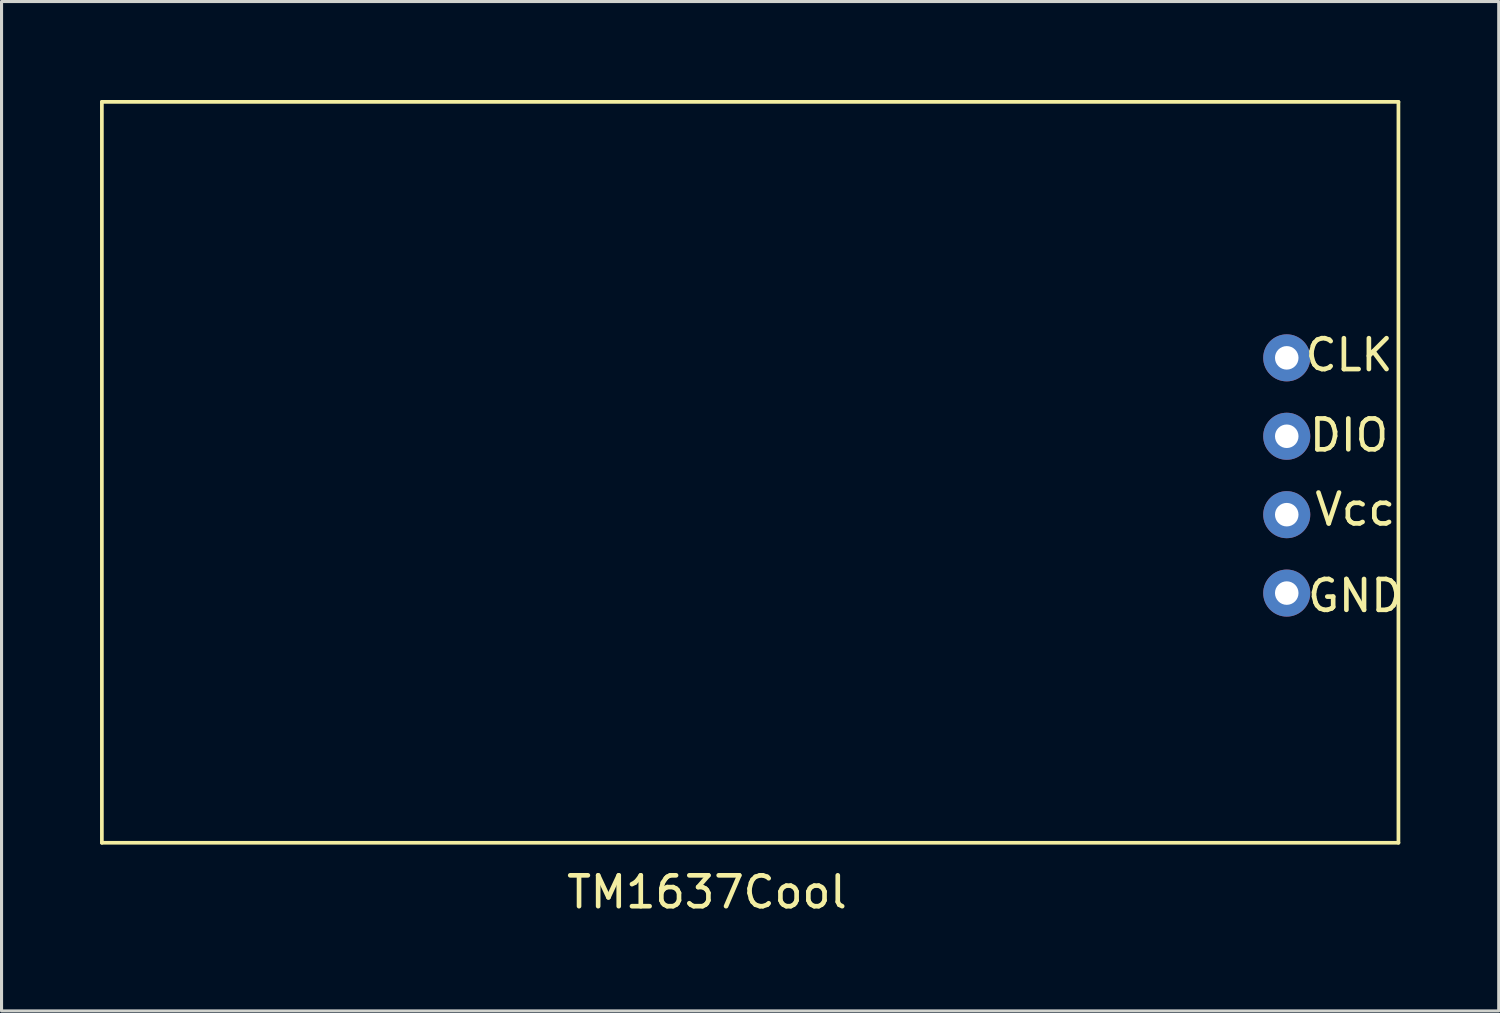
<source format=kicad_pcb>
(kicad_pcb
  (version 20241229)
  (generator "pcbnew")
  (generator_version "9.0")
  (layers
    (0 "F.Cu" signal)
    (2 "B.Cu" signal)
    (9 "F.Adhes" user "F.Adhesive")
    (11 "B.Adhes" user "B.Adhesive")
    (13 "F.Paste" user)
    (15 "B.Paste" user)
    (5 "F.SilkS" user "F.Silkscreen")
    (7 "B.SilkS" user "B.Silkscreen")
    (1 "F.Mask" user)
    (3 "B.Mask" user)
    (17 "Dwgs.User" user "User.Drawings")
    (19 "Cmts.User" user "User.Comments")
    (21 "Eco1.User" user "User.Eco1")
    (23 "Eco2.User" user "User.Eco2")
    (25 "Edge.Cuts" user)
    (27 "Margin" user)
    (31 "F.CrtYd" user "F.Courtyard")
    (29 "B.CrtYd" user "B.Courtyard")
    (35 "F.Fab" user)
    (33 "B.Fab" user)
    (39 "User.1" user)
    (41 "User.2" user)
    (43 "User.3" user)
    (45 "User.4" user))
  (footprint "TM1637Cool"
    (layer "F.Cu")
    (at 0.25 0.25)
    (property "Reference" "TM1637Cool" (at 19.6 25.6 0) (layer "F.SilkS") (effects (font (size 1 1) (thickness 0.15))))
    (attr through_hole)
    (fp_line (start 0 0) (end 42 0) (stroke (width 0.12) (type solid)) (layer "F.SilkS"))
    (fp_line (start 0 24) (end 0 0) (stroke (width 0.12) (type solid)) (layer "F.SilkS"))
    (fp_line (start 42 0) (end 42 24) (stroke (width 0.12) (type solid)) (layer "F.SilkS"))
    (fp_line (start 42 24) (end 0 24) (stroke (width 0.12) (type solid)) (layer "F.SilkS"))
    (fp_text user "DIO" (at 40.4 10.8 0) (layer "F.SilkS") (effects (font (size 1 1) (thickness 0.15))))
    (fp_text user "CLK" (at 40.4 8.2 0) (layer "F.SilkS") (effects (font (size 1 1) (thickness 0.15))))
    (fp_text user "GND" (at 40.6 16 0) (layer "F.SilkS") (effects (font (size 1 1) (thickness 0.15))))
    (fp_text user "Vcc" (at 40.6 13.2 0) (layer "F.SilkS") (effects (font (size 1 1) (thickness 0.15))))
    (pad "1" thru_hole circle (at 38.382 8.292) (size 1.524 1.524) (drill 0.762) (layers "*.Cu" "*.Mask"))
    (pad "2" thru_hole circle (at 38.382 10.832) (size 1.524 1.524) (drill 0.762) (layers "*.Cu" "*.Mask"))
    (pad "3" thru_hole circle (at 38.382 13.372) (size 1.524 1.524) (drill 0.762) (layers "*.Cu" "*.Mask"))
    (pad "4" thru_hole circle (at 38.382 15.912) (size 1.524 1.524) (drill 0.762) (layers "*.Cu" "*.Mask")))
  (gr_rect
    (start -3 -3)
    (end 45.499 29.698)
    (stroke (width 0.1) (type default))
    (fill no)
    (layer "Edge.Cuts")))
</source>
